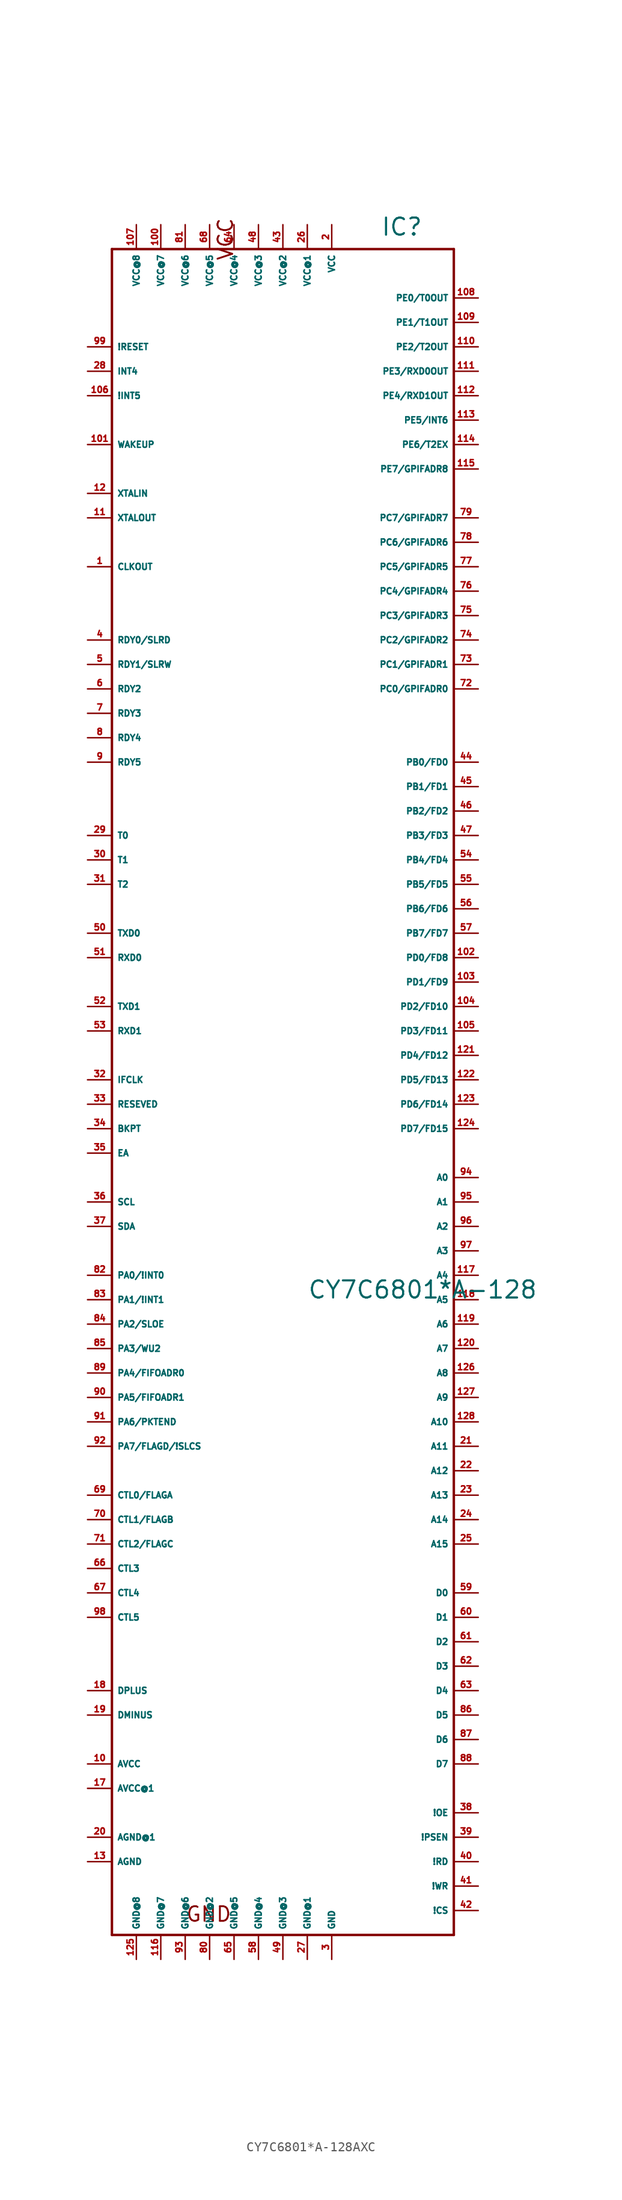
<source format=kicad_sym>
(kicad_symbol_lib
  (version 20220914)
  (generator Eagle2Kicad)
  (symbol "CY7C6801*A-128AXC"
    (property "Reference" "IC"
      (at 10.16 87.63 0)
      (effects (font (size 1.778 1.778) (thickness 0.22)) (justify left bottom)))
    (property "Value" "CY7C6801*A-128"
      (at 2.54 -22.86 0)
      (effects (font (size 1.778 1.778) (thickness 0.22)) (justify left bottom)))
    (polyline
      (pts (xy -17.78 86.36) (xy 17.78 86.36))
      (stroke (width 0.254) (type default))
      (fill (type none)))
    (polyline
      (pts (xy 17.78 86.36) (xy 17.78 -88.9))
      (stroke (width 0.254) (type default))
      (fill (type none)))
    (polyline
      (pts (xy 17.78 -88.9) (xy -17.78 -88.9))
      (stroke (width 0.254) (type default))
      (fill (type none)))
    (polyline
      (pts (xy -17.78 -88.9) (xy -17.78 86.36))
      (stroke (width 0.254) (type default))
      (fill (type none)))
    (text "GND"
      (at -10.16 -87.63 0)
      (effects (font (size 1.524 1.524) (thickness 0.19)) (justify left bottom)))
    (text "VCC"
      (at -5.08 85.09 1800)
      (effects (font (size 1.524 1.524) (thickness 0.19)) (justify left bottom)))
    (pin input line
      (at -20.32 53.34 0)
      (length 2.54)
      (name "CLKOUT" (effects (font (size 0.635 0.635) (thickness 0.08)) (justify left bottom)))
      (number "1" (effects (font (size 0.635 0.635) (thickness 0.08)) (justify left bottom))))
    (pin input line
      (at 5.08 88.9 270)
      (length 2.54)
      (name "VCC" (effects (font (size 0.635 0.635) (thickness 0.08)) (justify left bottom)))
      (number "2" (effects (font (size 0.635 0.635) (thickness 0.08)) (justify left bottom))))
    (pin input line
      (at 5.08 -91.44 90)
      (length 2.54)
      (name "GND" (effects (font (size 0.635 0.635) (thickness 0.08)) (justify left bottom)))
      (number "3" (effects (font (size 0.635 0.635) (thickness 0.08)) (justify left bottom))))
    (pin input line
      (at -20.32 45.72 0)
      (length 2.54)
      (name "RDY0/SLRD" (effects (font (size 0.635 0.635) (thickness 0.08)) (justify left bottom)))
      (number "4" (effects (font (size 0.635 0.635) (thickness 0.08)) (justify left bottom))))
    (pin input line
      (at -20.32 43.18 0)
      (length 2.54)
      (name "RDY1/SLRW" (effects (font (size 0.635 0.635) (thickness 0.08)) (justify left bottom)))
      (number "5" (effects (font (size 0.635 0.635) (thickness 0.08)) (justify left bottom))))
    (pin input line
      (at -20.32 40.64 0)
      (length 2.54)
      (name "RDY2" (effects (font (size 0.635 0.635) (thickness 0.08)) (justify left bottom)))
      (number "6" (effects (font (size 0.635 0.635) (thickness 0.08)) (justify left bottom))))
    (pin input line
      (at -20.32 38.1 0)
      (length 2.54)
      (name "RDY3" (effects (font (size 0.635 0.635) (thickness 0.08)) (justify left bottom)))
      (number "7" (effects (font (size 0.635 0.635) (thickness 0.08)) (justify left bottom))))
    (pin input line
      (at -20.32 35.56 0)
      (length 2.54)
      (name "RDY4" (effects (font (size 0.635 0.635) (thickness 0.08)) (justify left bottom)))
      (number "8" (effects (font (size 0.635 0.635) (thickness 0.08)) (justify left bottom))))
    (pin input line
      (at -20.32 33.02 0)
      (length 2.54)
      (name "RDY5" (effects (font (size 0.635 0.635) (thickness 0.08)) (justify left bottom)))
      (number "9" (effects (font (size 0.635 0.635) (thickness 0.08)) (justify left bottom))))
    (pin input line
      (at -20.32 -71.12 0)
      (length 2.54)
      (name "AVCC" (effects (font (size 0.635 0.635) (thickness 0.08)) (justify left bottom)))
      (number "10" (effects (font (size 0.635 0.635) (thickness 0.08)) (justify left bottom))))
    (pin input line
      (at -20.32 58.42 0)
      (length 2.54)
      (name "XTALOUT" (effects (font (size 0.635 0.635) (thickness 0.08)) (justify left bottom)))
      (number "11" (effects (font (size 0.635 0.635) (thickness 0.08)) (justify left bottom))))
    (pin input line
      (at -20.32 60.96 0)
      (length 2.54)
      (name "XTALIN" (effects (font (size 0.635 0.635) (thickness 0.08)) (justify left bottom)))
      (number "12" (effects (font (size 0.635 0.635) (thickness 0.08)) (justify left bottom))))
    (pin input line
      (at -20.32 -81.28 0)
      (length 2.54)
      (name "AGND" (effects (font (size 0.635 0.635) (thickness 0.08)) (justify left bottom)))
      (number "13" (effects (font (size 0.635 0.635) (thickness 0.08)) (justify left bottom))))
    (pin input line
      (at -20.32 -73.66 0)
      (length 2.54)
      (name "AVCC@1" (effects (font (size 0.635 0.635) (thickness 0.08)) (justify left bottom)))
      (number "17" (effects (font (size 0.635 0.635) (thickness 0.08)) (justify left bottom))))
    (pin bidirectional line
      (at -20.32 -63.5 0)
      (length 2.54)
      (name "DPLUS" (effects (font (size 0.635 0.635) (thickness 0.08)) (justify left bottom)))
      (number "18" (effects (font (size 0.635 0.635) (thickness 0.08)) (justify left bottom))))
    (pin bidirectional line
      (at -20.32 -66.04 0)
      (length 2.54)
      (name "DMINUS" (effects (font (size 0.635 0.635) (thickness 0.08)) (justify left bottom)))
      (number "19" (effects (font (size 0.635 0.635) (thickness 0.08)) (justify left bottom))))
    (pin input line
      (at -20.32 -78.74 0)
      (length 2.54)
      (name "AGND@1" (effects (font (size 0.635 0.635) (thickness 0.08)) (justify left bottom)))
      (number "20" (effects (font (size 0.635 0.635) (thickness 0.08)) (justify left bottom))))
    (pin output line
      (at 20.32 -10.16 180)
      (length 2.54)
      (name "A0" (effects (font (size 0.635 0.635) (thickness 0.08)) (justify left bottom)))
      (number "94" (effects (font (size 0.635 0.635) (thickness 0.08)) (justify left bottom))))
    (pin output line
      (at 20.32 -12.7 180)
      (length 2.54)
      (name "A1" (effects (font (size 0.635 0.635) (thickness 0.08)) (justify left bottom)))
      (number "95" (effects (font (size 0.635 0.635) (thickness 0.08)) (justify left bottom))))
    (pin output line
      (at 20.32 -15.24 180)
      (length 2.54)
      (name "A2" (effects (font (size 0.635 0.635) (thickness 0.08)) (justify left bottom)))
      (number "96" (effects (font (size 0.635 0.635) (thickness 0.08)) (justify left bottom))))
    (pin output line
      (at 20.32 -17.78 180)
      (length 2.54)
      (name "A3" (effects (font (size 0.635 0.635) (thickness 0.08)) (justify left bottom)))
      (number "97" (effects (font (size 0.635 0.635) (thickness 0.08)) (justify left bottom))))
    (pin output line
      (at 20.32 -20.32 180)
      (length 2.54)
      (name "A4" (effects (font (size 0.635 0.635) (thickness 0.08)) (justify left bottom)))
      (number "117" (effects (font (size 0.635 0.635) (thickness 0.08)) (justify left bottom))))
    (pin output line
      (at 20.32 -22.86 180)
      (length 2.54)
      (name "A5" (effects (font (size 0.635 0.635) (thickness 0.08)) (justify left bottom)))
      (number "118" (effects (font (size 0.635 0.635) (thickness 0.08)) (justify left bottom))))
    (pin output line
      (at 20.32 -25.4 180)
      (length 2.54)
      (name "A6" (effects (font (size 0.635 0.635) (thickness 0.08)) (justify left bottom)))
      (number "119" (effects (font (size 0.635 0.635) (thickness 0.08)) (justify left bottom))))
    (pin output line
      (at 20.32 -27.94 180)
      (length 2.54)
      (name "A7" (effects (font (size 0.635 0.635) (thickness 0.08)) (justify left bottom)))
      (number "120" (effects (font (size 0.635 0.635) (thickness 0.08)) (justify left bottom))))
    (pin output line
      (at 20.32 -30.48 180)
      (length 2.54)
      (name "A8" (effects (font (size 0.635 0.635) (thickness 0.08)) (justify left bottom)))
      (number "126" (effects (font (size 0.635 0.635) (thickness 0.08)) (justify left bottom))))
    (pin output line
      (at 20.32 -33.02 180)
      (length 2.54)
      (name "A9" (effects (font (size 0.635 0.635) (thickness 0.08)) (justify left bottom)))
      (number "127" (effects (font (size 0.635 0.635) (thickness 0.08)) (justify left bottom))))
    (pin output line
      (at 20.32 -35.56 180)
      (length 2.54)
      (name "A10" (effects (font (size 0.635 0.635) (thickness 0.08)) (justify left bottom)))
      (number "128" (effects (font (size 0.635 0.635) (thickness 0.08)) (justify left bottom))))
    (pin output line
      (at 20.32 -38.1 180)
      (length 2.54)
      (name "A11" (effects (font (size 0.635 0.635) (thickness 0.08)) (justify left bottom)))
      (number "21" (effects (font (size 0.635 0.635) (thickness 0.08)) (justify left bottom))))
    (pin output line
      (at 20.32 -40.64 180)
      (length 2.54)
      (name "A12" (effects (font (size 0.635 0.635) (thickness 0.08)) (justify left bottom)))
      (number "22" (effects (font (size 0.635 0.635) (thickness 0.08)) (justify left bottom))))
    (pin output line
      (at 20.32 -43.18 180)
      (length 2.54)
      (name "A13" (effects (font (size 0.635 0.635) (thickness 0.08)) (justify left bottom)))
      (number "23" (effects (font (size 0.635 0.635) (thickness 0.08)) (justify left bottom))))
    (pin output line
      (at 20.32 -45.72 180)
      (length 2.54)
      (name "A14" (effects (font (size 0.635 0.635) (thickness 0.08)) (justify left bottom)))
      (number "24" (effects (font (size 0.635 0.635) (thickness 0.08)) (justify left bottom))))
    (pin output line
      (at 20.32 -48.26 180)
      (length 2.54)
      (name "A15" (effects (font (size 0.635 0.635) (thickness 0.08)) (justify left bottom)))
      (number "25" (effects (font (size 0.635 0.635) (thickness 0.08)) (justify left bottom))))
    (pin input line
      (at 20.32 -53.34 180)
      (length 2.54)
      (name "D0" (effects (font (size 0.635 0.635) (thickness 0.08)) (justify left bottom)))
      (number "59" (effects (font (size 0.635 0.635) (thickness 0.08)) (justify left bottom))))
    (pin input line
      (at 20.32 -55.88 180)
      (length 2.54)
      (name "D1" (effects (font (size 0.635 0.635) (thickness 0.08)) (justify left bottom)))
      (number "60" (effects (font (size 0.635 0.635) (thickness 0.08)) (justify left bottom))))
    (pin input line
      (at 20.32 -58.42 180)
      (length 2.54)
      (name "D2" (effects (font (size 0.635 0.635) (thickness 0.08)) (justify left bottom)))
      (number "61" (effects (font (size 0.635 0.635) (thickness 0.08)) (justify left bottom))))
    (pin input line
      (at 20.32 -60.96 180)
      (length 2.54)
      (name "D3" (effects (font (size 0.635 0.635) (thickness 0.08)) (justify left bottom)))
      (number "62" (effects (font (size 0.635 0.635) (thickness 0.08)) (justify left bottom))))
    (pin input line
      (at 20.32 -63.5 180)
      (length 2.54)
      (name "D4" (effects (font (size 0.635 0.635) (thickness 0.08)) (justify left bottom)))
      (number "63" (effects (font (size 0.635 0.635) (thickness 0.08)) (justify left bottom))))
    (pin input line
      (at 20.32 -66.04 180)
      (length 2.54)
      (name "D5" (effects (font (size 0.635 0.635) (thickness 0.08)) (justify left bottom)))
      (number "86" (effects (font (size 0.635 0.635) (thickness 0.08)) (justify left bottom))))
    (pin input line
      (at 20.32 -68.58 180)
      (length 2.54)
      (name "D6" (effects (font (size 0.635 0.635) (thickness 0.08)) (justify left bottom)))
      (number "87" (effects (font (size 0.635 0.635) (thickness 0.08)) (justify left bottom))))
    (pin input line
      (at 20.32 -71.12 180)
      (length 2.54)
      (name "D7" (effects (font (size 0.635 0.635) (thickness 0.08)) (justify left bottom)))
      (number "88" (effects (font (size 0.635 0.635) (thickness 0.08)) (justify left bottom))))
    (pin input line
      (at 2.54 88.9 270)
      (length 2.54)
      (name "VCC@1" (effects (font (size 0.635 0.635) (thickness 0.08)) (justify left bottom)))
      (number "26" (effects (font (size 0.635 0.635) (thickness 0.08)) (justify left bottom))))
    (pin input line
      (at 2.54 -91.44 90)
      (length 2.54)
      (name "GND@1" (effects (font (size 0.635 0.635) (thickness 0.08)) (justify left bottom)))
      (number "27" (effects (font (size 0.635 0.635) (thickness 0.08)) (justify left bottom))))
    (pin output line
      (at -20.32 73.66 0)
      (length 2.54)
      (name "INT4" (effects (font (size 0.635 0.635) (thickness 0.08)) (justify left bottom)))
      (number "28" (effects (font (size 0.635 0.635) (thickness 0.08)) (justify left bottom))))
    (pin output line
      (at -20.32 25.4 0)
      (length 2.54)
      (name "T0" (effects (font (size 0.635 0.635) (thickness 0.08)) (justify left bottom)))
      (number "29" (effects (font (size 0.635 0.635) (thickness 0.08)) (justify left bottom))))
    (pin output line
      (at -20.32 22.86 0)
      (length 2.54)
      (name "T1" (effects (font (size 0.635 0.635) (thickness 0.08)) (justify left bottom)))
      (number "30" (effects (font (size 0.635 0.635) (thickness 0.08)) (justify left bottom))))
    (pin output line
      (at -20.32 20.32 0)
      (length 2.54)
      (name "T2" (effects (font (size 0.635 0.635) (thickness 0.08)) (justify left bottom)))
      (number "31" (effects (font (size 0.635 0.635) (thickness 0.08)) (justify left bottom))))
    (pin bidirectional line
      (at -20.32 0 0)
      (length 2.54)
      (name "IFCLK" (effects (font (size 0.635 0.635) (thickness 0.08)) (justify left bottom)))
      (number "32" (effects (font (size 0.635 0.635) (thickness 0.08)) (justify left bottom))))
    (pin input line
      (at -20.32 -2.54 0)
      (length 2.54)
      (name "RESEVED" (effects (font (size 0.635 0.635) (thickness 0.08)) (justify left bottom)))
      (number "33" (effects (font (size 0.635 0.635) (thickness 0.08)) (justify left bottom))))
    (pin output line
      (at -20.32 -5.08 0)
      (length 2.54)
      (name "BKPT" (effects (font (size 0.635 0.635) (thickness 0.08)) (justify left bottom)))
      (number "34" (effects (font (size 0.635 0.635) (thickness 0.08)) (justify left bottom))))
    (pin input line
      (at -20.32 -7.62 0)
      (length 2.54)
      (name "EA" (effects (font (size 0.635 0.635) (thickness 0.08)) (justify left bottom)))
      (number "35" (effects (font (size 0.635 0.635) (thickness 0.08)) (justify left bottom))))
    (pin output line
      (at -20.32 -12.7 0)
      (length 2.54)
      (name "SCL" (effects (font (size 0.635 0.635) (thickness 0.08)) (justify left bottom)))
      (number "36" (effects (font (size 0.635 0.635) (thickness 0.08)) (justify left bottom))))
    (pin bidirectional line
      (at -20.32 -15.24 0)
      (length 2.54)
      (name "SDA" (effects (font (size 0.635 0.635) (thickness 0.08)) (justify left bottom)))
      (number "37" (effects (font (size 0.635 0.635) (thickness 0.08)) (justify left bottom))))
    (pin output line
      (at 20.32 -76.2 180)
      (length 2.54)
      (name "!OE" (effects (font (size 0.635 0.635) (thickness 0.08)) (justify left bottom)))
      (number "38" (effects (font (size 0.635 0.635) (thickness 0.08)) (justify left bottom))))
    (pin output line
      (at 20.32 -78.74 180)
      (length 2.54)
      (name "!PSEN" (effects (font (size 0.635 0.635) (thickness 0.08)) (justify left bottom)))
      (number "39" (effects (font (size 0.635 0.635) (thickness 0.08)) (justify left bottom))))
    (pin output line
      (at 20.32 -81.28 180)
      (length 2.54)
      (name "!RD" (effects (font (size 0.635 0.635) (thickness 0.08)) (justify left bottom)))
      (number "40" (effects (font (size 0.635 0.635) (thickness 0.08)) (justify left bottom))))
    (pin output line
      (at 20.32 -83.82 180)
      (length 2.54)
      (name "!WR" (effects (font (size 0.635 0.635) (thickness 0.08)) (justify left bottom)))
      (number "41" (effects (font (size 0.635 0.635) (thickness 0.08)) (justify left bottom))))
    (pin output line
      (at 20.32 -86.36 180)
      (length 2.54)
      (name "!CS" (effects (font (size 0.635 0.635) (thickness 0.08)) (justify left bottom)))
      (number "42" (effects (font (size 0.635 0.635) (thickness 0.08)) (justify left bottom))))
    (pin input line
      (at 0 88.9 270)
      (length 2.54)
      (name "VCC@2" (effects (font (size 0.635 0.635) (thickness 0.08)) (justify left bottom)))
      (number "43" (effects (font (size 0.635 0.635) (thickness 0.08)) (justify left bottom))))
    (pin bidirectional line
      (at 20.32 33.02 180)
      (length 2.54)
      (name "PB0/FD0" (effects (font (size 0.635 0.635) (thickness 0.08)) (justify left bottom)))
      (number "44" (effects (font (size 0.635 0.635) (thickness 0.08)) (justify left bottom))))
    (pin bidirectional line
      (at 20.32 30.48 180)
      (length 2.54)
      (name "PB1/FD1" (effects (font (size 0.635 0.635) (thickness 0.08)) (justify left bottom)))
      (number "45" (effects (font (size 0.635 0.635) (thickness 0.08)) (justify left bottom))))
    (pin bidirectional line
      (at 20.32 27.94 180)
      (length 2.54)
      (name "PB2/FD2" (effects (font (size 0.635 0.635) (thickness 0.08)) (justify left bottom)))
      (number "46" (effects (font (size 0.635 0.635) (thickness 0.08)) (justify left bottom))))
    (pin bidirectional line
      (at 20.32 25.4 180)
      (length 2.54)
      (name "PB3/FD3" (effects (font (size 0.635 0.635) (thickness 0.08)) (justify left bottom)))
      (number "47" (effects (font (size 0.635 0.635) (thickness 0.08)) (justify left bottom))))
    (pin input line
      (at -2.54 88.9 270)
      (length 2.54)
      (name "VCC@3" (effects (font (size 0.635 0.635) (thickness 0.08)) (justify left bottom)))
      (number "48" (effects (font (size 0.635 0.635) (thickness 0.08)) (justify left bottom))))
    (pin input line
      (at 0 -91.44 90)
      (length 2.54)
      (name "GND@3" (effects (font (size 0.635 0.635) (thickness 0.08)) (justify left bottom)))
      (number "49" (effects (font (size 0.635 0.635) (thickness 0.08)) (justify left bottom))))
    (pin input line
      (at -20.32 15.24 0)
      (length 2.54)
      (name "TXD0" (effects (font (size 0.635 0.635) (thickness 0.08)) (justify left bottom)))
      (number "50" (effects (font (size 0.635 0.635) (thickness 0.08)) (justify left bottom))))
    (pin input line
      (at -20.32 7.62 0)
      (length 2.54)
      (name "TXD1" (effects (font (size 0.635 0.635) (thickness 0.08)) (justify left bottom)))
      (number "52" (effects (font (size 0.635 0.635) (thickness 0.08)) (justify left bottom))))
    (pin output line
      (at -20.32 12.7 0)
      (length 2.54)
      (name "RXD0" (effects (font (size 0.635 0.635) (thickness 0.08)) (justify left bottom)))
      (number "51" (effects (font (size 0.635 0.635) (thickness 0.08)) (justify left bottom))))
    (pin output line
      (at -20.32 5.08 0)
      (length 2.54)
      (name "RXD1" (effects (font (size 0.635 0.635) (thickness 0.08)) (justify left bottom)))
      (number "53" (effects (font (size 0.635 0.635) (thickness 0.08)) (justify left bottom))))
    (pin bidirectional line
      (at 20.32 22.86 180)
      (length 2.54)
      (name "PB4/FD4" (effects (font (size 0.635 0.635) (thickness 0.08)) (justify left bottom)))
      (number "54" (effects (font (size 0.635 0.635) (thickness 0.08)) (justify left bottom))))
    (pin bidirectional line
      (at 20.32 20.32 180)
      (length 2.54)
      (name "PB5/FD5" (effects (font (size 0.635 0.635) (thickness 0.08)) (justify left bottom)))
      (number "55" (effects (font (size 0.635 0.635) (thickness 0.08)) (justify left bottom))))
    (pin bidirectional line
      (at 20.32 17.78 180)
      (length 2.54)
      (name "PB6/FD6" (effects (font (size 0.635 0.635) (thickness 0.08)) (justify left bottom)))
      (number "56" (effects (font (size 0.635 0.635) (thickness 0.08)) (justify left bottom))))
    (pin bidirectional line
      (at 20.32 15.24 180)
      (length 2.54)
      (name "PB7/FD7" (effects (font (size 0.635 0.635) (thickness 0.08)) (justify left bottom)))
      (number "57" (effects (font (size 0.635 0.635) (thickness 0.08)) (justify left bottom))))
    (pin input line
      (at -2.54 -91.44 90)
      (length 2.54)
      (name "GND@4" (effects (font (size 0.635 0.635) (thickness 0.08)) (justify left bottom)))
      (number "58" (effects (font (size 0.635 0.635) (thickness 0.08)) (justify left bottom))))
    (pin input line
      (at -5.08 88.9 270)
      (length 2.54)
      (name "VCC@4" (effects (font (size 0.635 0.635) (thickness 0.08)) (justify left bottom)))
      (number "64" (effects (font (size 0.635 0.635) (thickness 0.08)) (justify left bottom))))
    (pin input line
      (at -5.08 -91.44 90)
      (length 2.54)
      (name "GND@5" (effects (font (size 0.635 0.635) (thickness 0.08)) (justify left bottom)))
      (number "65" (effects (font (size 0.635 0.635) (thickness 0.08)) (justify left bottom))))
    (pin input line
      (at -7.62 88.9 270)
      (length 2.54)
      (name "VCC@5" (effects (font (size 0.635 0.635) (thickness 0.08)) (justify left bottom)))
      (number "68" (effects (font (size 0.635 0.635) (thickness 0.08)) (justify left bottom))))
    (pin input line
      (at -20.32 -50.8 0)
      (length 2.54)
      (name "CTL3" (effects (font (size 0.635 0.635) (thickness 0.08)) (justify left bottom)))
      (number "66" (effects (font (size 0.635 0.635) (thickness 0.08)) (justify left bottom))))
    (pin input line
      (at -20.32 -53.34 0)
      (length 2.54)
      (name "CTL4" (effects (font (size 0.635 0.635) (thickness 0.08)) (justify left bottom)))
      (number "67" (effects (font (size 0.635 0.635) (thickness 0.08)) (justify left bottom))))
    (pin output line
      (at -20.32 -43.18 0)
      (length 2.54)
      (name "CTL0/FLAGA" (effects (font (size 0.635 0.635) (thickness 0.08)) (justify left bottom)))
      (number "69" (effects (font (size 0.635 0.635) (thickness 0.08)) (justify left bottom))))
    (pin output line
      (at -20.32 -45.72 0)
      (length 2.54)
      (name "CTL1/FLAGB" (effects (font (size 0.635 0.635) (thickness 0.08)) (justify left bottom)))
      (number "70" (effects (font (size 0.635 0.635) (thickness 0.08)) (justify left bottom))))
    (pin output line
      (at -20.32 -48.26 0)
      (length 2.54)
      (name "CTL2/FLAGC" (effects (font (size 0.635 0.635) (thickness 0.08)) (justify left bottom)))
      (number "71" (effects (font (size 0.635 0.635) (thickness 0.08)) (justify left bottom))))
    (pin bidirectional line
      (at 20.32 40.64 180)
      (length 2.54)
      (name "PC0/GPIFADR0" (effects (font (size 0.635 0.635) (thickness 0.08)) (justify left bottom)))
      (number "72" (effects (font (size 0.635 0.635) (thickness 0.08)) (justify left bottom))))
    (pin bidirectional line
      (at 20.32 43.18 180)
      (length 2.54)
      (name "PC1/GPIFADR1" (effects (font (size 0.635 0.635) (thickness 0.08)) (justify left bottom)))
      (number "73" (effects (font (size 0.635 0.635) (thickness 0.08)) (justify left bottom))))
    (pin bidirectional line
      (at 20.32 45.72 180)
      (length 2.54)
      (name "PC2/GPIFADR2" (effects (font (size 0.635 0.635) (thickness 0.08)) (justify left bottom)))
      (number "74" (effects (font (size 0.635 0.635) (thickness 0.08)) (justify left bottom))))
    (pin bidirectional line
      (at 20.32 48.26 180)
      (length 2.54)
      (name "PC3/GPIFADR3" (effects (font (size 0.635 0.635) (thickness 0.08)) (justify left bottom)))
      (number "75" (effects (font (size 0.635 0.635) (thickness 0.08)) (justify left bottom))))
    (pin bidirectional line
      (at 20.32 50.8 180)
      (length 2.54)
      (name "PC4/GPIFADR4" (effects (font (size 0.635 0.635) (thickness 0.08)) (justify left bottom)))
      (number "76" (effects (font (size 0.635 0.635) (thickness 0.08)) (justify left bottom))))
    (pin bidirectional line
      (at 20.32 53.34 180)
      (length 2.54)
      (name "PC5/GPIFADR5" (effects (font (size 0.635 0.635) (thickness 0.08)) (justify left bottom)))
      (number "77" (effects (font (size 0.635 0.635) (thickness 0.08)) (justify left bottom))))
    (pin bidirectional line
      (at 20.32 55.88 180)
      (length 2.54)
      (name "PC6/GPIFADR6" (effects (font (size 0.635 0.635) (thickness 0.08)) (justify left bottom)))
      (number "78" (effects (font (size 0.635 0.635) (thickness 0.08)) (justify left bottom))))
    (pin bidirectional line
      (at 20.32 58.42 180)
      (length 2.54)
      (name "PC7/GPIFADR7" (effects (font (size 0.635 0.635) (thickness 0.08)) (justify left bottom)))
      (number "79" (effects (font (size 0.635 0.635) (thickness 0.08)) (justify left bottom))))
    (pin bidirectional line
      (at -20.32 -20.32 0)
      (length 2.54)
      (name "PA0/!INT0" (effects (font (size 0.635 0.635) (thickness 0.08)) (justify left bottom)))
      (number "82" (effects (font (size 0.635 0.635) (thickness 0.08)) (justify left bottom))))
    (pin bidirectional line
      (at -20.32 -22.86 0)
      (length 2.54)
      (name "PA1/!INT1" (effects (font (size 0.635 0.635) (thickness 0.08)) (justify left bottom)))
      (number "83" (effects (font (size 0.635 0.635) (thickness 0.08)) (justify left bottom))))
    (pin bidirectional line
      (at -20.32 -25.4 0)
      (length 2.54)
      (name "PA2/SLOE" (effects (font (size 0.635 0.635) (thickness 0.08)) (justify left bottom)))
      (number "84" (effects (font (size 0.635 0.635) (thickness 0.08)) (justify left bottom))))
    (pin bidirectional line
      (at -20.32 -27.94 0)
      (length 2.54)
      (name "PA3/WU2" (effects (font (size 0.635 0.635) (thickness 0.08)) (justify left bottom)))
      (number "85" (effects (font (size 0.635 0.635) (thickness 0.08)) (justify left bottom))))
    (pin bidirectional line
      (at -20.32 -30.48 0)
      (length 2.54)
      (name "PA4/FIFOADR0" (effects (font (size 0.635 0.635) (thickness 0.08)) (justify left bottom)))
      (number "89" (effects (font (size 0.635 0.635) (thickness 0.08)) (justify left bottom))))
    (pin bidirectional line
      (at -20.32 -33.02 0)
      (length 2.54)
      (name "PA5/FIFOADR1" (effects (font (size 0.635 0.635) (thickness 0.08)) (justify left bottom)))
      (number "90" (effects (font (size 0.635 0.635) (thickness 0.08)) (justify left bottom))))
    (pin bidirectional line
      (at -20.32 -35.56 0)
      (length 2.54)
      (name "PA6/PKTEND" (effects (font (size 0.635 0.635) (thickness 0.08)) (justify left bottom)))
      (number "91" (effects (font (size 0.635 0.635) (thickness 0.08)) (justify left bottom))))
    (pin bidirectional line
      (at -20.32 -38.1 0)
      (length 2.54)
      (name "PA7/FLAGD/!SLCS" (effects (font (size 0.635 0.635) (thickness 0.08)) (justify left bottom)))
      (number "92" (effects (font (size 0.635 0.635) (thickness 0.08)) (justify left bottom))))
    (pin bidirectional line
      (at -20.32 -55.88 0)
      (length 2.54)
      (name "CTL5" (effects (font (size 0.635 0.635) (thickness 0.08)) (justify left bottom)))
      (number "98" (effects (font (size 0.635 0.635) (thickness 0.08)) (justify left bottom))))
    (pin bidirectional line
      (at -20.32 76.2 0)
      (length 2.54)
      (name "!RESET" (effects (font (size 0.635 0.635) (thickness 0.08)) (justify left bottom)))
      (number "99" (effects (font (size 0.635 0.635) (thickness 0.08)) (justify left bottom))))
    (pin bidirectional line
      (at 20.32 12.7 180)
      (length 2.54)
      (name "PD0/FD8" (effects (font (size 0.635 0.635) (thickness 0.08)) (justify left bottom)))
      (number "102" (effects (font (size 0.635 0.635) (thickness 0.08)) (justify left bottom))))
    (pin bidirectional line
      (at 20.32 10.16 180)
      (length 2.54)
      (name "PD1/FD9" (effects (font (size 0.635 0.635) (thickness 0.08)) (justify left bottom)))
      (number "103" (effects (font (size 0.635 0.635) (thickness 0.08)) (justify left bottom))))
    (pin bidirectional line
      (at 20.32 7.62 180)
      (length 2.54)
      (name "PD2/FD10" (effects (font (size 0.635 0.635) (thickness 0.08)) (justify left bottom)))
      (number "104" (effects (font (size 0.635 0.635) (thickness 0.08)) (justify left bottom))))
    (pin bidirectional line
      (at 20.32 5.08 180)
      (length 2.54)
      (name "PD3/FD11" (effects (font (size 0.635 0.635) (thickness 0.08)) (justify left bottom)))
      (number "105" (effects (font (size 0.635 0.635) (thickness 0.08)) (justify left bottom))))
    (pin bidirectional line
      (at 20.32 2.54 180)
      (length 2.54)
      (name "PD4/FD12" (effects (font (size 0.635 0.635) (thickness 0.08)) (justify left bottom)))
      (number "121" (effects (font (size 0.635 0.635) (thickness 0.08)) (justify left bottom))))
    (pin bidirectional line
      (at 20.32 0 180)
      (length 2.54)
      (name "PD5/FD13" (effects (font (size 0.635 0.635) (thickness 0.08)) (justify left bottom)))
      (number "122" (effects (font (size 0.635 0.635) (thickness 0.08)) (justify left bottom))))
    (pin bidirectional line
      (at 20.32 -2.54 180)
      (length 2.54)
      (name "PD6/FD14" (effects (font (size 0.635 0.635) (thickness 0.08)) (justify left bottom)))
      (number "123" (effects (font (size 0.635 0.635) (thickness 0.08)) (justify left bottom))))
    (pin bidirectional line
      (at 20.32 -5.08 180)
      (length 2.54)
      (name "PD7/FD15" (effects (font (size 0.635 0.635) (thickness 0.08)) (justify left bottom)))
      (number "124" (effects (font (size 0.635 0.635) (thickness 0.08)) (justify left bottom))))
    (pin output line
      (at -20.32 71.12 0)
      (length 2.54)
      (name "!INT5" (effects (font (size 0.635 0.635) (thickness 0.08)) (justify left bottom)))
      (number "106" (effects (font (size 0.635 0.635) (thickness 0.08)) (justify left bottom))))
    (pin bidirectional line
      (at 20.32 81.28 180)
      (length 2.54)
      (name "PE0/T0OUT" (effects (font (size 0.635 0.635) (thickness 0.08)) (justify left bottom)))
      (number "108" (effects (font (size 0.635 0.635) (thickness 0.08)) (justify left bottom))))
    (pin bidirectional line
      (at 20.32 78.74 180)
      (length 2.54)
      (name "PE1/T1OUT" (effects (font (size 0.635 0.635) (thickness 0.08)) (justify left bottom)))
      (number "109" (effects (font (size 0.635 0.635) (thickness 0.08)) (justify left bottom))))
    (pin bidirectional line
      (at 20.32 76.2 180)
      (length 2.54)
      (name "PE2/T2OUT" (effects (font (size 0.635 0.635) (thickness 0.08)) (justify left bottom)))
      (number "110" (effects (font (size 0.635 0.635) (thickness 0.08)) (justify left bottom))))
    (pin bidirectional line
      (at 20.32 73.66 180)
      (length 2.54)
      (name "PE3/RXD0OUT" (effects (font (size 0.635 0.635) (thickness 0.08)) (justify left bottom)))
      (number "111" (effects (font (size 0.635 0.635) (thickness 0.08)) (justify left bottom))))
    (pin bidirectional line
      (at 20.32 71.12 180)
      (length 2.54)
      (name "PE4/RXD1OUT" (effects (font (size 0.635 0.635) (thickness 0.08)) (justify left bottom)))
      (number "112" (effects (font (size 0.635 0.635) (thickness 0.08)) (justify left bottom))))
    (pin bidirectional line
      (at 20.32 68.58 180)
      (length 2.54)
      (name "PE5/INT6" (effects (font (size 0.635 0.635) (thickness 0.08)) (justify left bottom)))
      (number "113" (effects (font (size 0.635 0.635) (thickness 0.08)) (justify left bottom))))
    (pin bidirectional line
      (at 20.32 66.04 180)
      (length 2.54)
      (name "PE6/T2EX" (effects (font (size 0.635 0.635) (thickness 0.08)) (justify left bottom)))
      (number "114" (effects (font (size 0.635 0.635) (thickness 0.08)) (justify left bottom))))
    (pin bidirectional line
      (at 20.32 63.5 180)
      (length 2.54)
      (name "PE7/GPIFADR8" (effects (font (size 0.635 0.635) (thickness 0.08)) (justify left bottom)))
      (number "115" (effects (font (size 0.635 0.635) (thickness 0.08)) (justify left bottom))))
    (pin input line
      (at -20.32 66.04 0)
      (length 2.54)
      (name "WAKEUP" (effects (font (size 0.635 0.635) (thickness 0.08)) (justify left bottom)))
      (number "101" (effects (font (size 0.635 0.635) (thickness 0.08)) (justify left bottom))))
    (pin input line
      (at -10.16 88.9 270)
      (length 2.54)
      (name "VCC@6" (effects (font (size 0.635 0.635) (thickness 0.08)) (justify left bottom)))
      (number "81" (effects (font (size 0.635 0.635) (thickness 0.08)) (justify left bottom))))
    (pin input line
      (at -12.7 88.9 270)
      (length 2.54)
      (name "VCC@7" (effects (font (size 0.635 0.635) (thickness 0.08)) (justify left bottom)))
      (number "100" (effects (font (size 0.635 0.635) (thickness 0.08)) (justify left bottom))))
    (pin input line
      (at -7.62 -91.44 90)
      (length 2.54)
      (name "GND@2" (effects (font (size 0.635 0.635) (thickness 0.08)) (justify left bottom)))
      (number "80" (effects (font (size 0.635 0.635) (thickness 0.08)) (justify left bottom))))
    (pin input line
      (at -10.16 -91.44 90)
      (length 2.54)
      (name "GND@6" (effects (font (size 0.635 0.635) (thickness 0.08)) (justify left bottom)))
      (number "93" (effects (font (size 0.635 0.635) (thickness 0.08)) (justify left bottom))))
    (pin input line
      (at -15.24 88.9 270)
      (length 2.54)
      (name "VCC@8" (effects (font (size 0.635 0.635) (thickness 0.08)) (justify left bottom)))
      (number "107" (effects (font (size 0.635 0.635) (thickness 0.08)) (justify left bottom))))
    (pin input line
      (at -12.7 -91.44 90)
      (length 2.54)
      (name "GND@7" (effects (font (size 0.635 0.635) (thickness 0.08)) (justify left bottom)))
      (number "116" (effects (font (size 0.635 0.635) (thickness 0.08)) (justify left bottom))))
    (pin input line
      (at -15.24 -91.44 90)
      (length 2.54)
      (name "GND@8" (effects (font (size 0.635 0.635) (thickness 0.08)) (justify left bottom)))
      (number "125" (effects (font (size 0.635 0.635) (thickness 0.08)) (justify left bottom))))))
</source>
